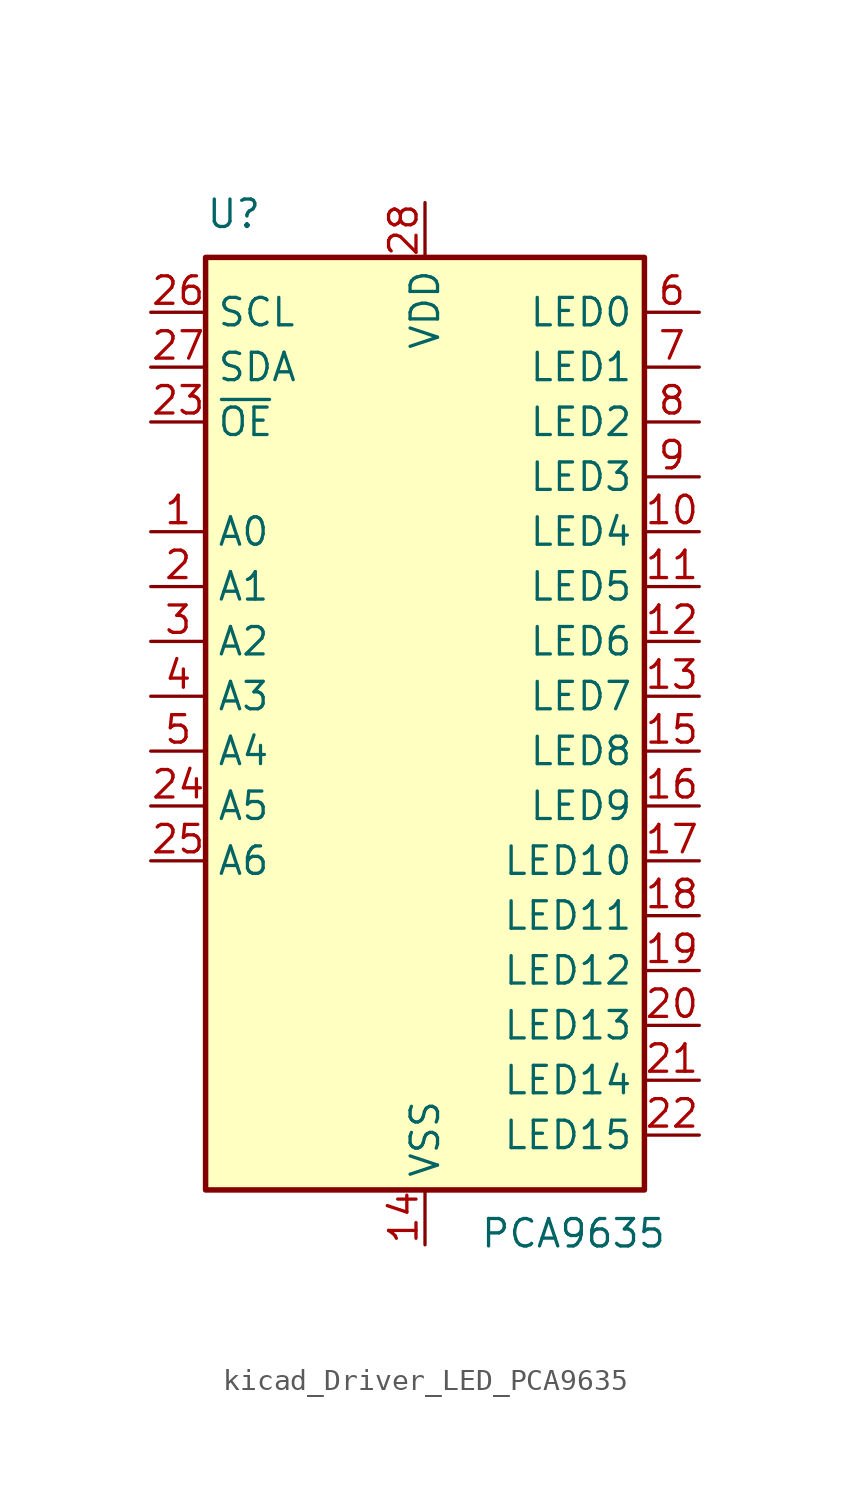
<source format=kicad_sym>
(kicad_symbol_lib
  (version 20220914)
  (generator kicad_symbol_editor)
  (symbol "kicad_Driver_LED_PCA9635"
    (property "Reference" "U"
      (at -10.16 24.13 0)
      (effects (font (size 1.27 1.27)) (justify left bottom)))
    (property "Value" "PCA9635"
      (at 2.54 -21.59 0)
      (effects (font (size 1.27 1.27)) (justify left top)))
    (symbol "kicad_Driver_LED_PCA9635_0_1"
      (rectangle (start -10.16 22.86) (end 10.16 -20.32) (stroke (width 0.254) (type default)) (fill (type background))))
    (symbol "kicad_Driver_LED_PCA9635_1_1"
      (pin input line (at -12.7 10.16 0) (length 2.54) (name "A0" (effects (font (size 1.27 1.27)))) (number "1" (effects (font (size 1.27 1.27)))))
      (pin output line (at 12.7 10.16 180) (length 2.54) (name "LED4" (effects (font (size 1.27 1.27)))) (number "10" (effects (font (size 1.27 1.27)))))
      (pin output line (at 12.7 7.62 180) (length 2.54) (name "LED5" (effects (font (size 1.27 1.27)))) (number "11" (effects (font (size 1.27 1.27)))))
      (pin output line (at 12.7 5.08 180) (length 2.54) (name "LED6" (effects (font (size 1.27 1.27)))) (number "12" (effects (font (size 1.27 1.27)))))
      (pin output line (at 12.7 2.54 180) (length 2.54) (name "LED7" (effects (font (size 1.27 1.27)))) (number "13" (effects (font (size 1.27 1.27)))))
      (pin power_in line (at 0 -22.86 90) (length 2.54) (name "VSS" (effects (font (size 1.27 1.27)))) (number "14" (effects (font (size 1.27 1.27)))))
      (pin output line (at 12.7 0 180) (length 2.54) (name "LED8" (effects (font (size 1.27 1.27)))) (number "15" (effects (font (size 1.27 1.27)))))
      (pin output line (at 12.7 -2.54 180) (length 2.54) (name "LED9" (effects (font (size 1.27 1.27)))) (number "16" (effects (font (size 1.27 1.27)))))
      (pin output line (at 12.7 -5.08 180) (length 2.54) (name "LED10" (effects (font (size 1.27 1.27)))) (number "17" (effects (font (size 1.27 1.27)))))
      (pin output line (at 12.7 -7.62 180) (length 2.54) (name "LED11" (effects (font (size 1.27 1.27)))) (number "18" (effects (font (size 1.27 1.27)))))
      (pin output line (at 12.7 -10.16 180) (length 2.54) (name "LED12" (effects (font (size 1.27 1.27)))) (number "19" (effects (font (size 1.27 1.27)))))
      (pin input line (at -12.7 7.62 0) (length 2.54) (name "A1" (effects (font (size 1.27 1.27)))) (number "2" (effects (font (size 1.27 1.27)))))
      (pin output line (at 12.7 -12.7 180) (length 2.54) (name "LED13" (effects (font (size 1.27 1.27)))) (number "20" (effects (font (size 1.27 1.27)))))
      (pin output line (at 12.7 -15.24 180) (length 2.54) (name "LED14" (effects (font (size 1.27 1.27)))) (number "21" (effects (font (size 1.27 1.27)))))
      (pin output line (at 12.7 -17.78 180) (length 2.54) (name "LED15" (effects (font (size 1.27 1.27)))) (number "22" (effects (font (size 1.27 1.27)))))
      (pin input line (at -12.7 15.24 0) (length 2.54) (name "~{OE}" (effects (font (size 1.27 1.27)))) (number "23" (effects (font (size 1.27 1.27)))))
      (pin input line (at -12.7 -2.54 0) (length 2.54) (name "A5" (effects (font (size 1.27 1.27)))) (number "24" (effects (font (size 1.27 1.27)))))
      (pin input line (at -12.7 -5.08 0) (length 2.54) (name "A6" (effects (font (size 1.27 1.27)))) (number "25" (effects (font (size 1.27 1.27)))))
      (pin input line (at -12.7 20.32 0) (length 2.54) (name "SCL" (effects (font (size 1.27 1.27)))) (number "26" (effects (font (size 1.27 1.27)))))
      (pin bidirectional line (at -12.7 17.78 0) (length 2.54) (name "SDA" (effects (font (size 1.27 1.27)))) (number "27" (effects (font (size 1.27 1.27)))))
      (pin power_in line (at 0 25.4 270) (length 2.54) (name "VDD" (effects (font (size 1.27 1.27)))) (number "28" (effects (font (size 1.27 1.27)))))
      (pin input line (at -12.7 5.08 0) (length 2.54) (name "A2" (effects (font (size 1.27 1.27)))) (number "3" (effects (font (size 1.27 1.27)))))
      (pin input line (at -12.7 2.54 0) (length 2.54) (name "A3" (effects (font (size 1.27 1.27)))) (number "4" (effects (font (size 1.27 1.27)))))
      (pin input line (at -12.7 0 0) (length 2.54) (name "A4" (effects (font (size 1.27 1.27)))) (number "5" (effects (font (size 1.27 1.27)))))
      (pin output line (at 12.7 20.32 180) (length 2.54) (name "LED0" (effects (font (size 1.27 1.27)))) (number "6" (effects (font (size 1.27 1.27)))))
      (pin output line (at 12.7 17.78 180) (length 2.54) (name "LED1" (effects (font (size 1.27 1.27)))) (number "7" (effects (font (size 1.27 1.27)))))
      (pin output line (at 12.7 15.24 180) (length 2.54) (name "LED2" (effects (font (size 1.27 1.27)))) (number "8" (effects (font (size 1.27 1.27)))))
      (pin output line (at 12.7 12.7 180) (length 2.54) (name "LED3" (effects (font (size 1.27 1.27)))) (number "9" (effects (font (size 1.27 1.27))))))))
</source>
